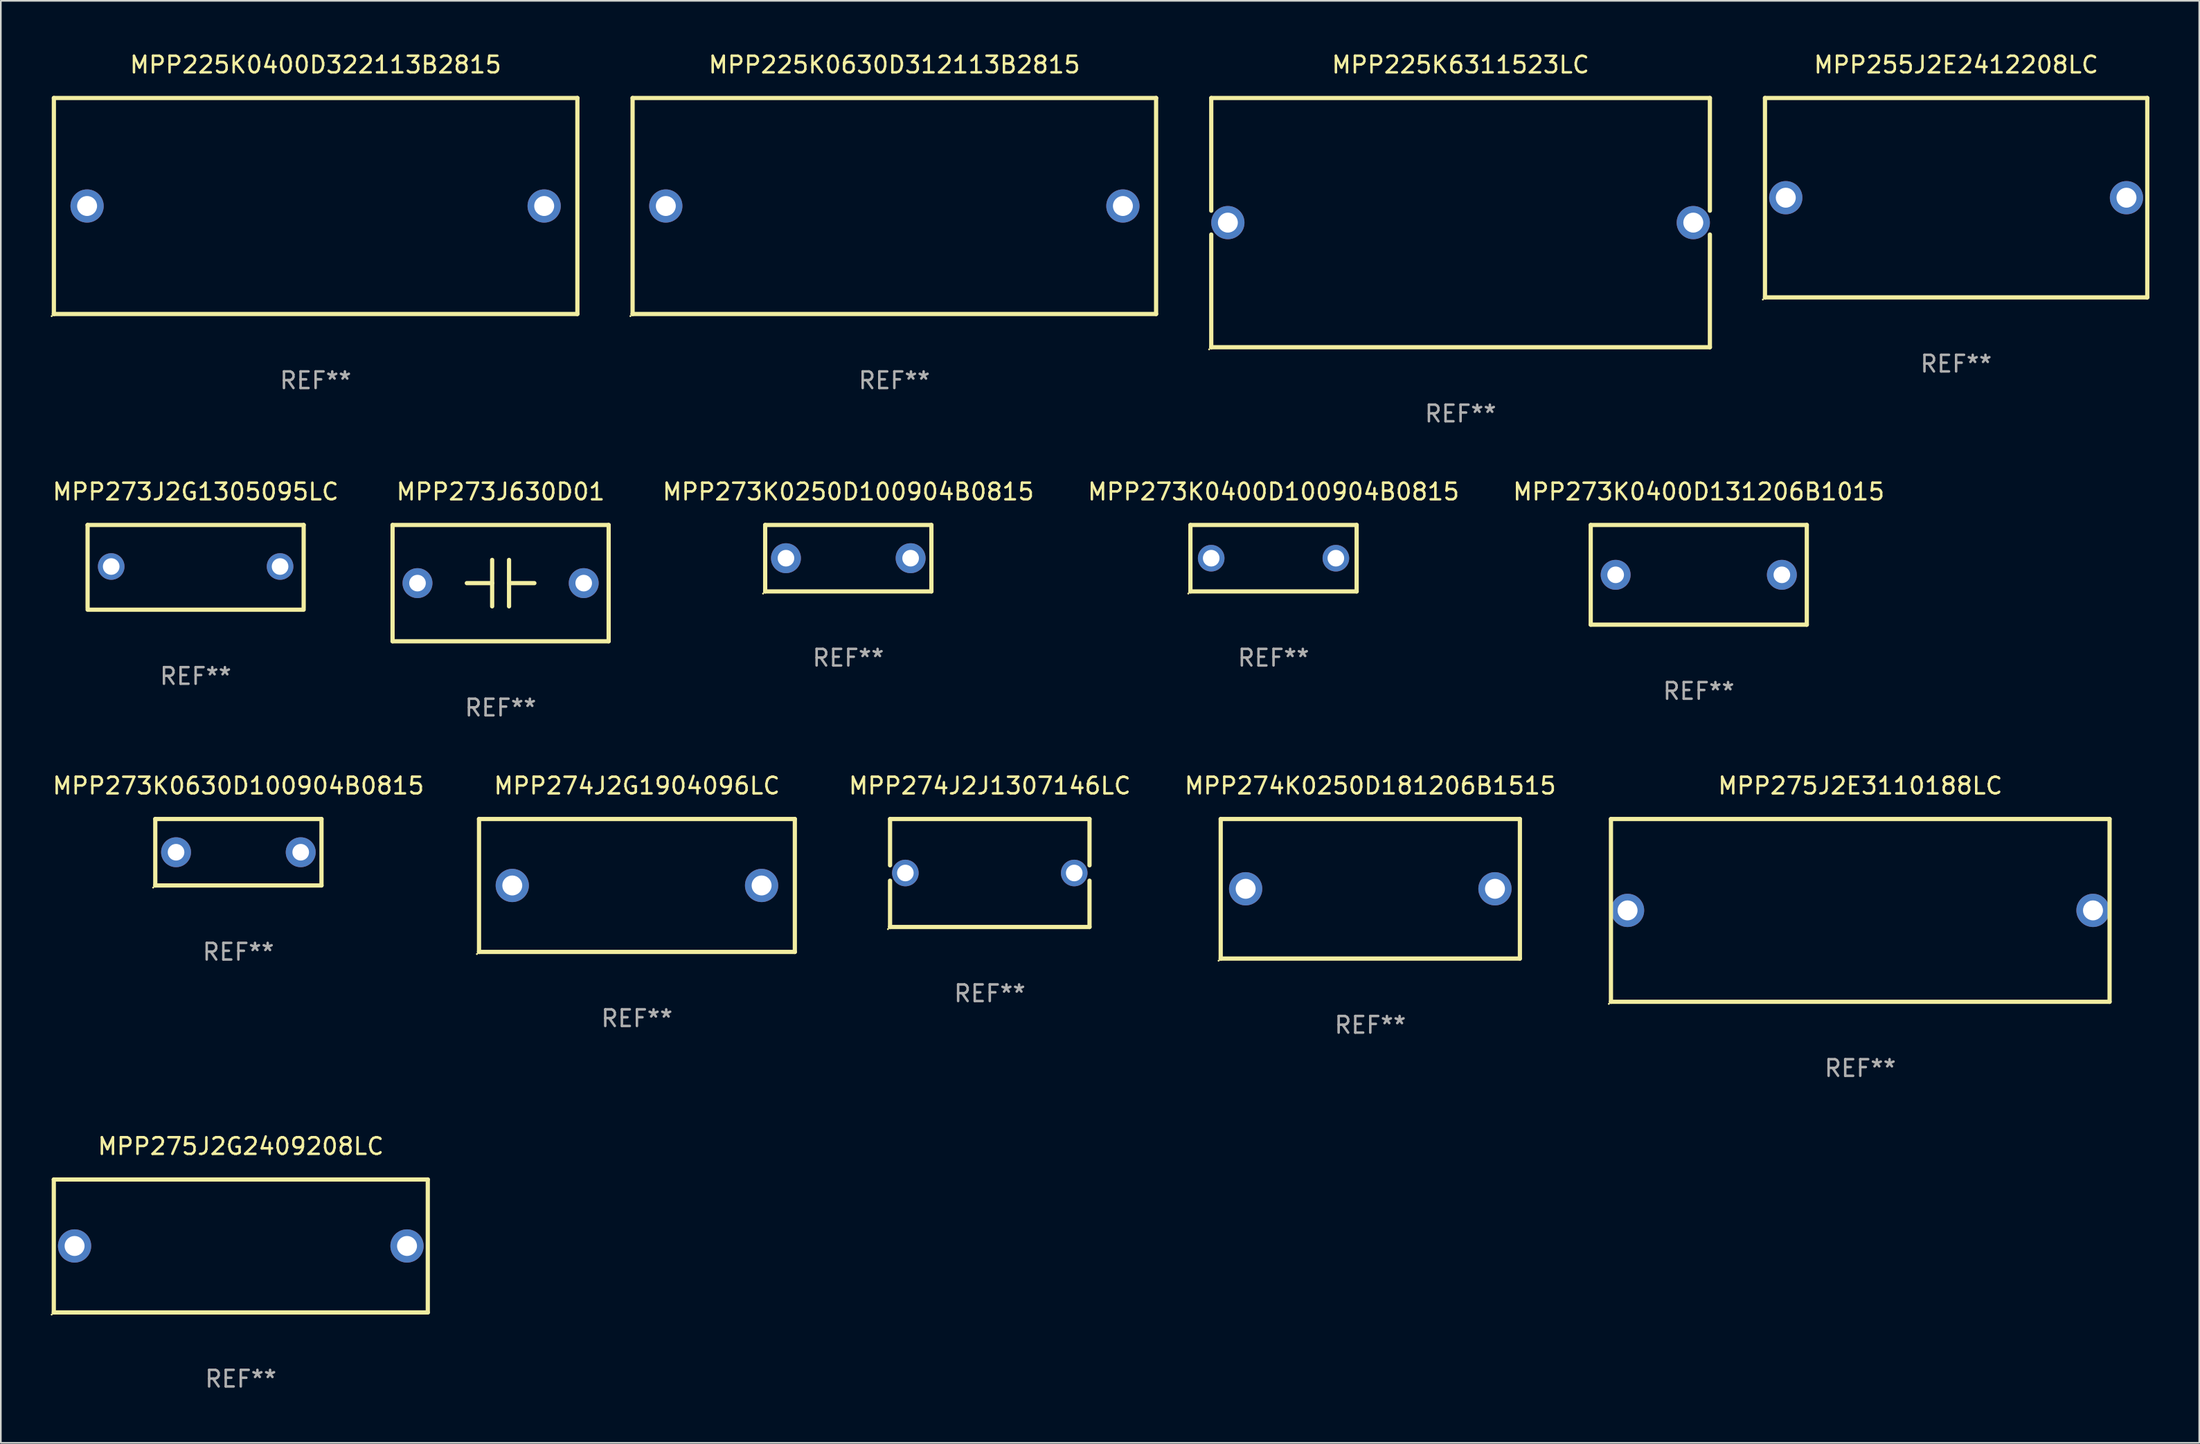
<source format=kicad_pcb>
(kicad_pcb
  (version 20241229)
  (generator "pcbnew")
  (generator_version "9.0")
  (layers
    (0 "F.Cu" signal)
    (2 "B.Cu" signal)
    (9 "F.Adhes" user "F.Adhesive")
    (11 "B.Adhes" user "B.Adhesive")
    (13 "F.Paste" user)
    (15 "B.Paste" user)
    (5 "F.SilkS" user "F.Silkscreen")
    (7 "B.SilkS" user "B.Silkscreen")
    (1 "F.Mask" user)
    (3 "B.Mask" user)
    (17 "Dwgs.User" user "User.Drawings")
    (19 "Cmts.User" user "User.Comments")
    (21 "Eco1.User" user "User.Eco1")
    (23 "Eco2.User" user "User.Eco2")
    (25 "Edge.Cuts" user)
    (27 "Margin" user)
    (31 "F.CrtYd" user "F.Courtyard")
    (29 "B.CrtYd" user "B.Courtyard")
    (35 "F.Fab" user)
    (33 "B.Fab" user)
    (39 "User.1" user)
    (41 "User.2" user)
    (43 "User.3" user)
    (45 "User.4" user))
  (footprint "MPP275J2E3110188LC"
    (layer "F.Cu")
    (at 108.87 51.741)
    (property "Reference" "MPP275J2E3110188LC" (at 0 -7.5 0) (layer "F.SilkS") (effects (font (size 1 1) (thickness 0.15))))
    (attr through_hole)
    (fp_line (start -15 -5.5) (end 15 -5.5) (stroke (width 0.254) (type solid)) (layer "F.SilkS"))
    (fp_line (start -15 5.5) (end -15 -5.5) (stroke (width 0.254) (type solid)) (layer "F.SilkS"))
    (fp_line (start 15 -5.5) (end 15 5.5) (stroke (width 0.254) (type solid)) (layer "F.SilkS"))
    (fp_line (start 15 5.5) (end -15 5.5) (stroke (width 0.254) (type solid)) (layer "F.SilkS"))
    (fp_circle (center -15.127 5.627) (end -15.097 5.627) (stroke (width 0.06) (type solid)) (fill no) (layer "F.SilkS"))
    (fp_text user "REF**" (at 0 9.5 0) (layer "F.Fab") (effects (font (size 1 1) (thickness 0.15))))
    (pad "1" thru_hole circle (at -14.001 0) (size 2 2) (drill 1.2) (layers "*.Cu" "*.Mask"))
    (pad "2" thru_hole circle (at 14.001 0) (size 2 2) (drill 1.2) (layers "*.Cu" "*.Mask")))
  (footprint "MPP273K0250D100904B0815"
    (layer "F.Cu")
    (at 47.986 30.545)
    (property "Reference" "MPP273K0250D100904B0815" (at 0 -4 0) (layer "F.SilkS") (effects (font (size 1 1) (thickness 0.15))))
    (attr through_hole)
    (fp_line (start -5 -2) (end 5 -2) (stroke (width 0.254) (type solid)) (layer "F.SilkS"))
    (fp_line (start -5 2) (end -5 -2) (stroke (width 0.254) (type solid)) (layer "F.SilkS"))
    (fp_line (start 5 -2) (end 5 2) (stroke (width 0.254) (type solid)) (layer "F.SilkS"))
    (fp_line (start 5 2) (end -5 2) (stroke (width 0.254) (type solid)) (layer "F.SilkS"))
    (fp_circle (center -5.127 2.127) (end -5.097 2.127) (stroke (width 0.06) (type solid)) (fill no) (layer "F.SilkS"))
    (fp_text user "REF**" (at 0 6 0) (layer "F.Fab") (effects (font (size 1 1) (thickness 0.15))))
    (pad "1" thru_hole circle (at -3.75 0) (size 1.8 1.8) (drill 1) (layers "*.Cu" "*.Mask"))
    (pad "2" thru_hole circle (at 3.75 0) (size 1.8 1.8) (drill 1) (layers "*.Cu" "*.Mask")))
  (footprint "MPP225K0630D312113B2815"
    (layer "F.Cu")
    (at 50.757 9.348)
    (property "Reference" "MPP225K0630D312113B2815" (at 0 -8.5 0) (layer "F.SilkS") (effects (font (size 1 1) (thickness 0.15))))
    (attr through_hole)
    (fp_line (start -15.748 -6.5) (end 15.752 -6.5) (stroke (width 0.254) (type solid)) (layer "F.SilkS"))
    (fp_line (start -15.748 6.5) (end -15.748 -6.5) (stroke (width 0.254) (type solid)) (layer "F.SilkS"))
    (fp_line (start 15.748 -6.5) (end 15.748 6.5) (stroke (width 0.254) (type solid)) (layer "F.SilkS"))
    (fp_line (start 15.748 6.5) (end -15.752 6.5) (stroke (width 0.254) (type solid)) (layer "F.SilkS"))
    (fp_circle (center -15.879 6.627) (end -15.849 6.627) (stroke (width 0.06) (type solid)) (fill no) (layer "F.SilkS"))
    (fp_text user "REF**" (at 0 10.5 0) (layer "F.Fab") (effects (font (size 1 1) (thickness 0.15))))
    (pad "1" thru_hole circle (at -13.75 0) (size 2 2) (drill 1.2) (layers "*.Cu" "*.Mask"))
    (pad "2" thru_hole circle (at 13.75 0) (size 2 2) (drill 1.2) (layers "*.Cu" "*.Mask")))
  (footprint "MPP275J2G2409208LC"
    (layer "F.Cu")
    (at 11.437 71.938)
    (property "Reference" "MPP275J2G2409208LC" (at 0 -6 0) (layer "F.SilkS") (effects (font (size 1 1) (thickness 0.15))))
    (attr through_hole)
    (fp_line (start -11.25 -4) (end 11.25 -4) (stroke (width 0.254) (type solid)) (layer "F.SilkS"))
    (fp_line (start -11.25 4) (end -11.25 -4) (stroke (width 0.254) (type solid)) (layer "F.SilkS"))
    (fp_line (start 11.25 -4) (end 11.25 4) (stroke (width 0.254) (type solid)) (layer "F.SilkS"))
    (fp_line (start 11.25 4) (end -11.25 4) (stroke (width 0.254) (type solid)) (layer "F.SilkS"))
    (fp_circle (center -11.377 4.127) (end -11.347 4.127) (stroke (width 0.06) (type solid)) (fill no) (layer "F.SilkS"))
    (fp_text user "REF**" (at 0 8 0) (layer "F.Fab") (effects (font (size 1 1) (thickness 0.15))))
    (pad "1" thru_hole circle (at -10 0) (size 2 2) (drill 1.2) (layers "*.Cu" "*.Mask"))
    (pad "2" thru_hole circle (at 10 0) (size 2 2) (drill 1.2) (layers "*.Cu" "*.Mask")))
  (footprint "MPP273K0400D131206B1015"
    (layer "F.Cu")
    (at 99.153 31.545)
    (property "Reference" "MPP273K0400D131206B1015" (at 0 -5 0) (layer "F.SilkS") (effects (font (size 1 1) (thickness 0.15))))
    (attr through_hole)
    (fp_line (start -6.5 -3) (end 6.5 -3) (stroke (width 0.254) (type solid)) (layer "F.SilkS"))
    (fp_line (start -6.5 3) (end -6.5 -3) (stroke (width 0.254) (type solid)) (layer "F.SilkS"))
    (fp_line (start 6.5 -3) (end 6.5 3) (stroke (width 0.254) (type solid)) (layer "F.SilkS"))
    (fp_line (start 6.5 3) (end -6.5 3) (stroke (width 0.254) (type solid)) (layer "F.SilkS"))
    (fp_circle (center -6.5 3) (end -6.47 3) (stroke (width 0.06) (type solid)) (fill no) (layer "F.SilkS"))
    (fp_text user "REF**" (at 0 7 0) (layer "F.Fab") (effects (font (size 1 1) (thickness 0.15))))
    (pad "1" thru_hole circle (at -5 0) (size 1.8 1.8) (drill 1) (layers "*.Cu" "*.Mask"))
    (pad "2" thru_hole circle (at 5 0) (size 1.8 1.8) (drill 1) (layers "*.Cu" "*.Mask")))
  (footprint "MPP273J630D01"
    (layer "F.Cu")
    (at 27.068 32.045)
    (property "Reference" "MPP273J630D01" (at 0 -5.5 0) (layer "F.SilkS") (effects (font (size 1 1) (thickness 0.15))))
    (attr through_hole)
    (fp_line (start -6.5 -3.5) (end -6.5 3.5) (stroke (width 0.254) (type solid)) (layer "F.SilkS"))
    (fp_line (start -6.5 -3.5) (end 6.5 -3.5) (stroke (width 0.254) (type solid)) (layer "F.SilkS"))
    (fp_line (start -6.5 3.5) (end 6.5 3.5) (stroke (width 0.254) (type solid)) (layer "F.SilkS"))
    (fp_line (start -0.508 -0.000025) (end -2.032 -0.000025) (stroke (width 0.254) (type solid)) (layer "F.SilkS"))
    (fp_line (start -0.508 1.397) (end -0.508 -1.397) (stroke (width 0.254) (type solid)) (layer "F.SilkS"))
    (fp_line (start 0.508 -1.397) (end 0.508 1.397) (stroke (width 0.254) (type solid)) (layer "F.SilkS"))
    (fp_line (start 0.508 0.000025) (end 2.032 0.000025) (stroke (width 0.254) (type solid)) (layer "F.SilkS"))
    (fp_line (start 6.5 -3.5) (end 6.5 3.5) (stroke (width 0.254) (type solid)) (layer "F.SilkS"))
    (fp_circle (center -6.5 3.5) (end -6.47 3.5) (stroke (width 0.06) (type solid)) (fill no) (layer "F.SilkS"))
    (fp_text user "REF**" (at 0 7.5 0) (layer "F.Fab") (effects (font (size 1 1) (thickness 0.15))))
    (pad "1" thru_hole circle (at -5 0.000025) (size 1.8 1.8) (drill 1) (layers "*.Cu" "*.Mask"))
    (pad "2" thru_hole circle (at 5 0) (size 1.8 1.8) (drill 1) (layers "*.Cu" "*.Mask")))
  (footprint "MPP274J2J1307146LC"
    (layer "F.Cu")
    (at 56.499 49.491)
    (property "Reference" "MPP274J2J1307146LC" (at 0 -5.25 0) (layer "F.SilkS") (effects (font (size 1 1) (thickness 0.15))))
    (attr through_hole)
    (fp_line (start -6 -3.25) (end 6 -3.25) (stroke (width 0.254) (type solid)) (layer "F.SilkS"))
    (fp_line (start -6 -0.463) (end -6 -3.25) (stroke (width 0.254) (type solid)) (layer "F.SilkS"))
    (fp_line (start -6 3.25) (end -6 0.463) (stroke (width 0.254) (type solid)) (layer "F.SilkS"))
    (fp_line (start 6 -3.25) (end 6 -0.463) (stroke (width 0.254) (type solid)) (layer "F.SilkS"))
    (fp_line (start 6 0.463) (end 6 3.25) (stroke (width 0.254) (type solid)) (layer "F.SilkS"))
    (fp_line (start 6 3.25) (end -6 3.25) (stroke (width 0.254) (type solid)) (layer "F.SilkS"))
    (fp_circle (center -6.127 3.377) (end -6.097 3.377) (stroke (width 0.06) (type solid)) (fill no) (layer "F.SilkS"))
    (fp_text user "REF**" (at 0 7.25 0) (layer "F.Fab") (effects (font (size 1 1) (thickness 0.15))))
    (pad "1" thru_hole circle (at -5.08 -0.000013) (size 1.6 1.6) (drill 1) (layers "*.Cu" "*.Mask"))
    (pad "2" thru_hole circle (at 5.08 -0.000013) (size 1.6 1.6) (drill 1) (layers "*.Cu" "*.Mask")))
  (footprint "MPP273K0400D100904B0815"
    (layer "F.Cu")
    (at 73.57 30.545)
    (property "Reference" "MPP273K0400D100904B0815" (at 0 -4 0) (layer "F.SilkS") (effects (font (size 1 1) (thickness 0.15))))
    (attr through_hole)
    (fp_line (start -5 -2) (end 5 -2) (stroke (width 0.254) (type solid)) (layer "F.SilkS"))
    (fp_line (start -5 2) (end -5 -2) (stroke (width 0.254) (type solid)) (layer "F.SilkS"))
    (fp_line (start 5 -2) (end 5 2) (stroke (width 0.254) (type solid)) (layer "F.SilkS"))
    (fp_line (start 5 2) (end -5 2) (stroke (width 0.254) (type solid)) (layer "F.SilkS"))
    (fp_circle (center -5.127 2.127) (end -5.097 2.127) (stroke (width 0.06) (type solid)) (fill no) (layer "F.SilkS"))
    (fp_text user "REF**" (at 0 6 0) (layer "F.Fab") (effects (font (size 1 1) (thickness 0.15))))
    (pad "1" thru_hole circle (at -3.75 0) (size 1.6 1.6) (drill 1) (layers "*.Cu" "*.Mask"))
    (pad "2" thru_hole circle (at 3.75 0) (size 1.6 1.6) (drill 1) (layers "*.Cu" "*.Mask")))
  (footprint "MPP273K0630D100904B0815"
    (layer "F.Cu")
    (at 11.292 48.241)
    (property "Reference" "MPP273K0630D100904B0815" (at 0 -4 0) (layer "F.SilkS") (effects (font (size 1 1) (thickness 0.15))))
    (attr through_hole)
    (fp_line (start -5 -2) (end 5 -2) (stroke (width 0.254) (type solid)) (layer "F.SilkS"))
    (fp_line (start -5 2) (end -5 -2) (stroke (width 0.254) (type solid)) (layer "F.SilkS"))
    (fp_line (start 5 -2) (end 5 2) (stroke (width 0.254) (type solid)) (layer "F.SilkS"))
    (fp_line (start 5 2) (end -5 2) (stroke (width 0.254) (type solid)) (layer "F.SilkS"))
    (fp_circle (center -5.127 2.127) (end -5.097 2.127) (stroke (width 0.06) (type solid)) (fill no) (layer "F.SilkS"))
    (fp_text user "REF**" (at 0 6 0) (layer "F.Fab") (effects (font (size 1 1) (thickness 0.15))))
    (pad "1" thru_hole circle (at -3.75 0) (size 1.8 1.8) (drill 1) (layers "*.Cu" "*.Mask"))
    (pad "2" thru_hole circle (at 3.75 0) (size 1.8 1.8) (drill 1) (layers "*.Cu" "*.Mask")))
  (footprint "MPP273J2G1305095LC"
    (layer "F.Cu")
    (at 8.72 31.095)
    (property "Reference" "MPP273J2G1305095LC" (at 0 -4.55 0) (layer "F.SilkS") (effects (font (size 1 1) (thickness 0.15))))
    (attr through_hole)
    (fp_line (start -6.5 -2.55) (end 6.5 -2.55) (stroke (width 0.254) (type solid)) (layer "F.SilkS"))
    (fp_line (start -6.5 2.45) (end -6.5 -2.55) (stroke (width 0.254) (type solid)) (layer "F.SilkS"))
    (fp_line (start 6.5 -2.55) (end 6.5 2.45) (stroke (width 0.254) (type solid)) (layer "F.SilkS"))
    (fp_line (start 6.5 2.55) (end -6.5 2.55) (stroke (width 0.254) (type solid)) (layer "F.SilkS"))
    (fp_circle (center -6.5 2.45) (end -6.47 2.45) (stroke (width 0.06) (type solid)) (fill no) (layer "F.SilkS"))
    (fp_text user "REF**" (at 0 6.55 0) (layer "F.Fab") (effects (font (size 1 1) (thickness 0.15))))
    (pad "1" thru_hole circle (at -5.08 -0.05) (size 1.6 1.6) (drill 1) (layers "*.Cu" "*.Mask"))
    (pad "2" thru_hole circle (at 5.08 -0.05) (size 1.6 1.6) (drill 1) (layers "*.Cu" "*.Mask")))
  (footprint "MPP225K6311523LC"
    (layer "F.Cu")
    (at 84.823 10.348)
    (property "Reference" "MPP225K6311523LC" (at 0 -9.5 0) (layer "F.SilkS") (effects (font (size 1 1) (thickness 0.15))))
    (attr through_hole)
    (fp_line (start -15 -7.5) (end -15 -0.717) (stroke (width 0.254) (type solid)) (layer "F.SilkS"))
    (fp_line (start -15 -7.5) (end 15 -7.5) (stroke (width 0.254) (type solid)) (layer "F.SilkS"))
    (fp_line (start -15 0.717) (end -15 7.5) (stroke (width 0.254) (type solid)) (layer "F.SilkS"))
    (fp_line (start 15 -7.5) (end 15 -0.717) (stroke (width 0.254) (type solid)) (layer "F.SilkS"))
    (fp_line (start 15 0.717) (end 15 7.5) (stroke (width 0.254) (type solid)) (layer "F.SilkS"))
    (fp_line (start 15 7.5) (end -15 7.5) (stroke (width 0.254) (type solid)) (layer "F.SilkS"))
    (fp_circle (center -15.127 7.627) (end -15.097 7.627) (stroke (width 0.06) (type solid)) (fill no) (layer "F.SilkS"))
    (fp_text user "REF**" (at 0 11.5 0) (layer "F.Fab") (effects (font (size 1 1) (thickness 0.15))))
    (pad "1" thru_hole circle (at -14.001 0) (size 2 2) (drill 1.2) (layers "*.Cu" "*.Mask"))
    (pad "2" thru_hole circle (at 14.001 0) (size 2 2) (drill 1.2) (layers "*.Cu" "*.Mask")))
  (footprint "MPP274J2G1904096LC"
    (layer "F.Cu")
    (at 35.27 50.241)
    (property "Reference" "MPP274J2G1904096LC" (at 0 -6 0) (layer "F.SilkS") (effects (font (size 1 1) (thickness 0.15))))
    (attr through_hole)
    (fp_line (start -9.5 -4) (end 9.5 -4) (stroke (width 0.254) (type solid)) (layer "F.SilkS"))
    (fp_line (start -9.5 4) (end -9.5 -4) (stroke (width 0.254) (type solid)) (layer "F.SilkS"))
    (fp_line (start -9.5 4) (end 9.5 4) (stroke (width 0.254) (type solid)) (layer "F.SilkS"))
    (fp_line (start 9.5 -4) (end 9.5 4) (stroke (width 0.254) (type solid)) (layer "F.SilkS"))
    (fp_circle (center -9.627 4.127) (end -9.597 4.127) (stroke (width 0.06) (type solid)) (fill no) (layer "F.SilkS"))
    (fp_text user "REF**" (at 0 8 0) (layer "F.Fab") (effects (font (size 1 1) (thickness 0.15))))
    (pad "1" thru_hole circle (at -7.5 0) (size 2 2) (drill 1.2) (layers "*.Cu" "*.Mask"))
    (pad "2" thru_hole circle (at 7.5 0) (size 2 2) (drill 1.2) (layers "*.Cu" "*.Mask")))
  (footprint "MPP255J2E2412208LC"
    (layer "F.Cu")
    (at 114.637 8.848)
    (property "Reference" "MPP255J2E2412208LC" (at 0 -8 0) (layer "F.SilkS") (effects (font (size 1 1) (thickness 0.15))))
    (attr through_hole)
    (fp_line (start -11.5 -6) (end 11.5 -6) (stroke (width 0.254) (type solid)) (layer "F.SilkS"))
    (fp_line (start -11.5 6) (end -11.5 -6) (stroke (width 0.254) (type solid)) (layer "F.SilkS"))
    (fp_line (start 11.5 -6) (end 11.5 6) (stroke (width 0.254) (type solid)) (layer "F.SilkS"))
    (fp_line (start 11.5 6) (end -11.5 6) (stroke (width 0.254) (type solid)) (layer "F.SilkS"))
    (fp_circle (center -11.627 6.127) (end -11.597 6.127) (stroke (width 0.06) (type solid)) (fill no) (layer "F.SilkS"))
    (fp_text user "REF**" (at 0 10 0) (layer "F.Fab") (effects (font (size 1 1) (thickness 0.15))))
    (pad "1" thru_hole circle (at -10.249 0) (size 2 2) (drill 1.2) (layers "*.Cu" "*.Mask"))
    (pad "2" thru_hole circle (at 10.249 0) (size 2 2) (drill 1.2) (layers "*.Cu" "*.Mask")))
  (footprint "MPP225K0400D322113B2815"
    (layer "F.Cu")
    (at 15.939 9.348)
    (property "Reference" "MPP225K0400D322113B2815" (at 0 -8.5 0) (layer "F.SilkS") (effects (font (size 1 1) (thickness 0.15))))
    (attr through_hole)
    (fp_line (start -15.748 -6.5) (end 15.752 -6.5) (stroke (width 0.254) (type solid)) (layer "F.SilkS"))
    (fp_line (start -15.748 6.5) (end -15.748 -6.5) (stroke (width 0.254) (type solid)) (layer "F.SilkS"))
    (fp_line (start 15.748 -6.5) (end 15.748 6.5) (stroke (width 0.254) (type solid)) (layer "F.SilkS"))
    (fp_line (start 15.748 6.5) (end -15.752 6.5) (stroke (width 0.254) (type solid)) (layer "F.SilkS"))
    (fp_circle (center -15.879 6.627) (end -15.849 6.627) (stroke (width 0.06) (type solid)) (fill no) (layer "F.SilkS"))
    (fp_text user "REF**" (at 0 10.5 0) (layer "F.Fab") (effects (font (size 1 1) (thickness 0.15))))
    (pad "1" thru_hole circle (at -13.75 0) (size 2 2) (drill 1.2) (layers "*.Cu" "*.Mask"))
    (pad "2" thru_hole circle (at 13.75 0) (size 2 2) (drill 1.2) (layers "*.Cu" "*.Mask")))
  (footprint "MPP274K0250D181206B1515"
    (layer "F.Cu")
    (at 79.392 50.441)
    (property "Reference" "MPP274K0250D181206B1515" (at 0 -6.2 0) (layer "F.SilkS") (effects (font (size 1 1) (thickness 0.15))))
    (attr through_hole)
    (fp_line (start -9 -4.2) (end 9 -4.2) (stroke (width 0.254) (type solid)) (layer "F.SilkS"))
    (fp_line (start -9 4.2) (end -9 -4.2) (stroke (width 0.254) (type solid)) (layer "F.SilkS"))
    (fp_line (start 9 -4.2) (end 9 4.2) (stroke (width 0.254) (type solid)) (layer "F.SilkS"))
    (fp_line (start 9 4.2) (end -9 4.2) (stroke (width 0.254) (type solid)) (layer "F.SilkS"))
    (fp_circle (center -9.127 4.327) (end -9.097 4.327) (stroke (width 0.06) (type solid)) (fill no) (layer "F.SilkS"))
    (fp_text user "REF**" (at 0 8.2 0) (layer "F.Fab") (effects (font (size 1 1) (thickness 0.15))))
    (pad "1" thru_hole circle (at -7.5 0) (size 2 2) (drill 1.2) (layers "*.Cu" "*.Mask"))
    (pad "2" thru_hole circle (at 7.5 0) (size 2 2) (drill 1.2) (layers "*.Cu" "*.Mask")))
  (gr_rect
    (start -3 -3)
    (end 129.264 83.786)
    (stroke (width 0.1) (type default))
    (fill no)
    (layer "Edge.Cuts")))
</source>
